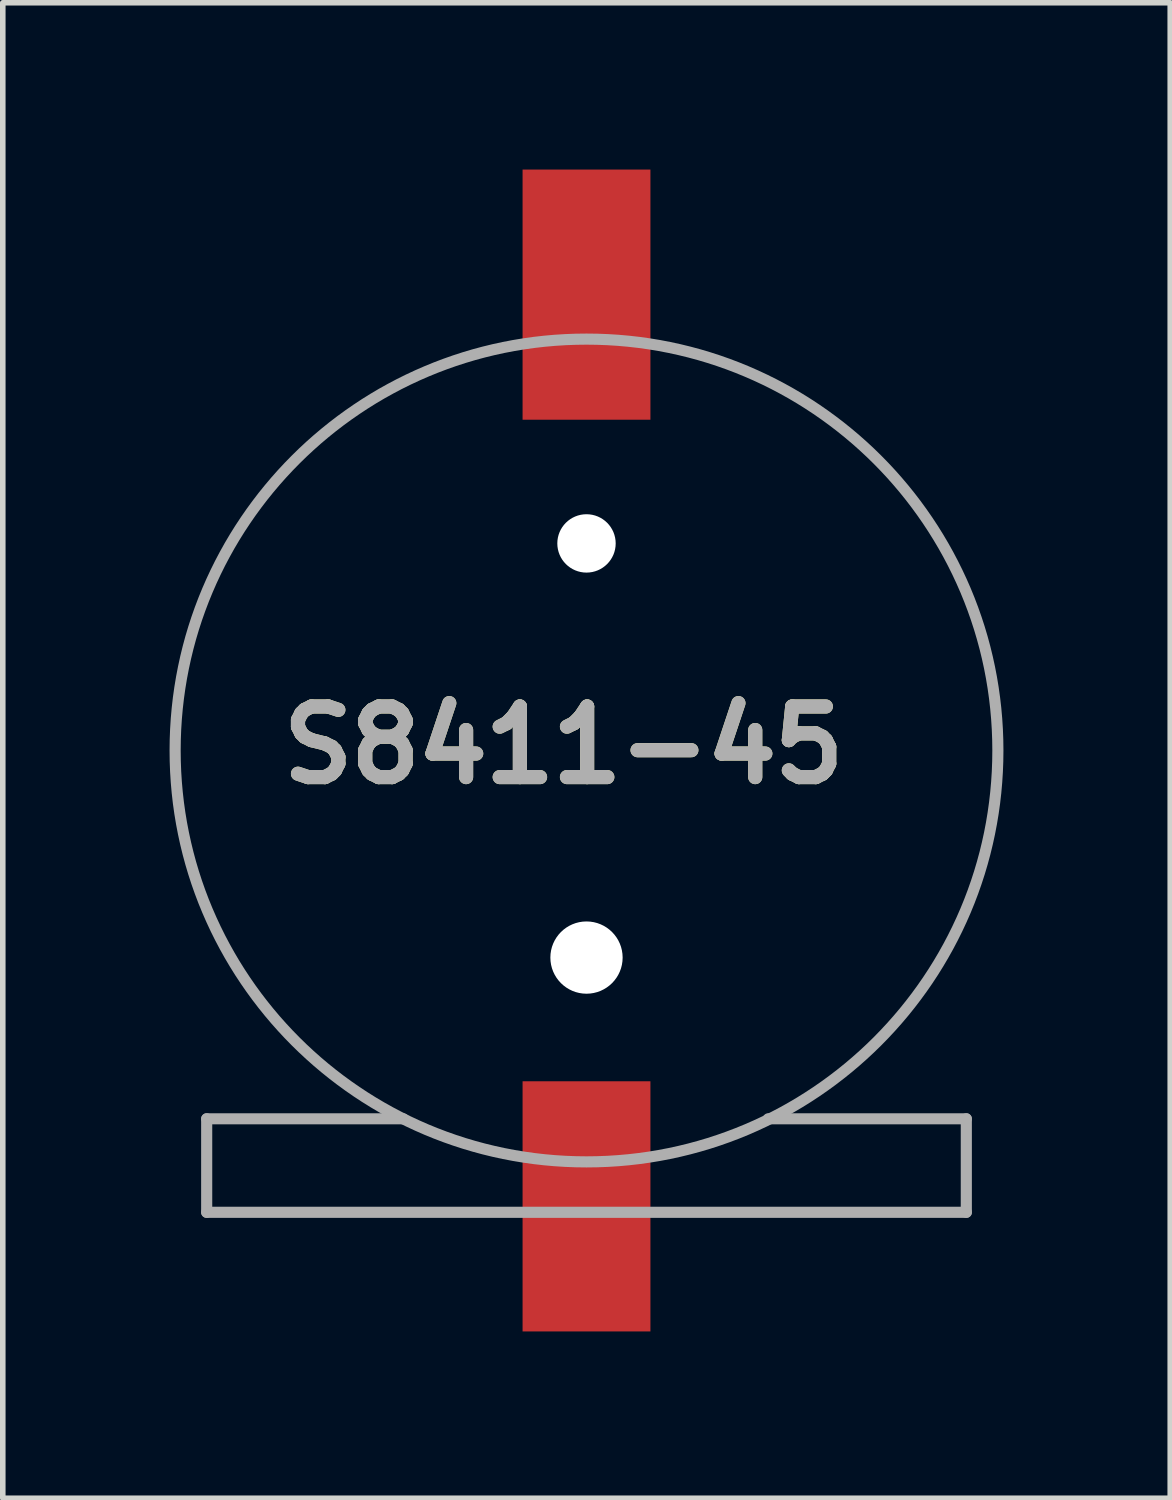
<source format=kicad_pcb>
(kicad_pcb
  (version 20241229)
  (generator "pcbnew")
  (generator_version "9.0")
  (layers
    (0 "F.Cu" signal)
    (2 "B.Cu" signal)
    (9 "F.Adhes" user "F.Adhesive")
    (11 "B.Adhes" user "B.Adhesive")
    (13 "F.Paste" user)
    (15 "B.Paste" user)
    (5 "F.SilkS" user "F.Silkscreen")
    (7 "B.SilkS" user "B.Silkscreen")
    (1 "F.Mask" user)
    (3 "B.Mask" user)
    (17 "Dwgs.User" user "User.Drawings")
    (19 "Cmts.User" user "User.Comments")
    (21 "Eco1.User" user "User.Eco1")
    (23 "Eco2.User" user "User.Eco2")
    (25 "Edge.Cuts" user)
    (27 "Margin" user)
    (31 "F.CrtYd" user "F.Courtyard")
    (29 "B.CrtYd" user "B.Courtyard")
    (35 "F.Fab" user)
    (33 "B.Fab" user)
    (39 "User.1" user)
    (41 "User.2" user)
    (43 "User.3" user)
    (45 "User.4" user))
  (footprint "S8411-45"
    (layer "F.Cu")
    (at 7.5 10.45)
    (property "Reference" "S8411-45" (at -0.412 -0.096 0) (layer "F.SilkS") (effects (font (size 1.27 1.27) (thickness 0.254))))
    (attr through_hole)
    (fp_line (start -6.832 6.625) (end -3.27 6.625) (stroke (width 0.1) (type solid)) (layer "F.SilkS"))
    (fp_line (start -6.832 8.307) (end -6.832 6.625) (stroke (width 0.1) (type solid)) (layer "F.SilkS"))
    (fp_line (start -6.832 8.307) (end -1.553 8.307) (stroke (width 0.1) (type solid)) (layer "F.SilkS"))
    (fp_line (start 6.832 6.625) (end 3.296 6.625) (stroke (width 0.1) (type solid)) (layer "F.SilkS"))
    (fp_line (start 6.832 8.307) (end 1.49 8.307) (stroke (width 0.1) (type solid)) (layer "F.SilkS"))
    (fp_line (start 6.832 8.307) (end 6.832 6.625) (stroke (width 0.1) (type solid)) (layer "F.SilkS"))
    (fp_arc (start -3.295295 6.625783) (mid -7.399998 0.000879) (end -3.29687 -6.625) (stroke (width 0.1) (type solid)) (layer "F.SilkS"))
    (fp_arc (start 3.295287 -6.625787) (mid 7.399995 -0.000884) (end 3.29687 6.625) (stroke (width 0.1) (type solid)) (layer "F.SilkS"))
    (fp_line (start -6.832 6.625) (end -6.832 8.307) (stroke (width 0.2) (type solid)) (layer "F.Fab"))
    (fp_line (start -6.832 8.307) (end 6.832 8.307) (stroke (width 0.2) (type solid)) (layer "F.Fab"))
    (fp_line (start -3.297 6.625) (end -6.832 6.625) (stroke (width 0.2) (type solid)) (layer "F.Fab"))
    (fp_line (start 6.832 6.625) (end 3.27 6.625) (stroke (width 0.2) (type solid)) (layer "F.Fab"))
    (fp_line (start 6.832 8.307) (end 6.832 6.625) (stroke (width 0.2) (type solid)) (layer "F.Fab"))
    (fp_circle (center 0 0) (end 0 7.4) (stroke (width 0.2) (type solid)) (fill no) (layer "F.Fab"))
    (fp_text user "${REFERENCE}" (at -0.412 -0.096 0) (layer "F.Fab") (effects (font (size 1.27 1.27) (thickness 0.254))))
    (pad "" np_thru_hole circle (at 0 -3.725) (size 1.05 1.05) (drill 1.05) (layers "*.Cu" "*.Mask"))
    (pad "" np_thru_hole circle (at 0 3.725) (size 1.3 1.3) (drill 1.3) (layers "*.Cu" "*.Mask"))
    (pad "1" smd rect (at 0 8.2) (size 2.3 4.5) (layers "F.Cu" "F.Mask" "F.Paste"))
    (pad "2" smd rect (at 0 -8.2) (size 2.3 4.5) (layers "F.Cu" "F.Mask" "F.Paste")))
  (gr_rect
    (start -3 -3)
    (end 18 23.9)
    (stroke (width 0.1) (type default))
    (fill no)
    (layer "Edge.Cuts")))
</source>
